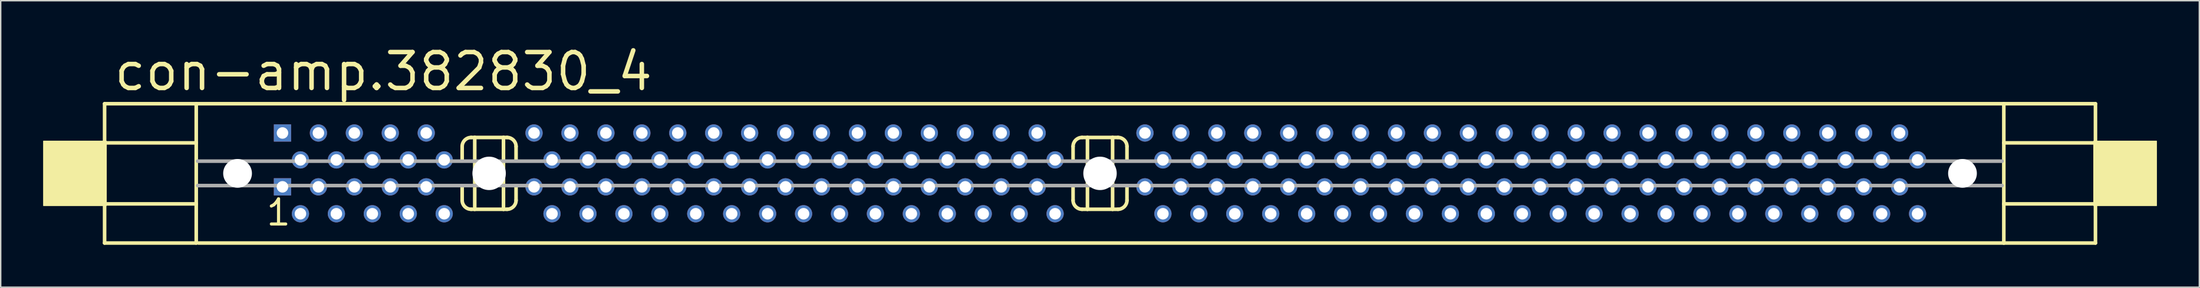
<source format=kicad_pcb>
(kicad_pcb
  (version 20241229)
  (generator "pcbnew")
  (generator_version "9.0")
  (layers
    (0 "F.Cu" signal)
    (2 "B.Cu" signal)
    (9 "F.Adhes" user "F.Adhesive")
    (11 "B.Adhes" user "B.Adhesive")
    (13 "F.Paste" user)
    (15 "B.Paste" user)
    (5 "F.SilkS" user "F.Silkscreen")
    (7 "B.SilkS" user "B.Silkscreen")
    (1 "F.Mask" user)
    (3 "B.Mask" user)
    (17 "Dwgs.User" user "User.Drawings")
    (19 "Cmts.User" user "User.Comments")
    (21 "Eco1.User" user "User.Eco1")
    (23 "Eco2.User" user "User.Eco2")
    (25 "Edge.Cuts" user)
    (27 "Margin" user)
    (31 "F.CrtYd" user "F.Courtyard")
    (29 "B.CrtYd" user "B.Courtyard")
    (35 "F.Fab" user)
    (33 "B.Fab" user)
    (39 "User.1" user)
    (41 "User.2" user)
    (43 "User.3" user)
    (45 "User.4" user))
  (footprint "con-amp.382830_4"
    (layer "F.Cu")
    (at 74.701 9.215)
    (property "Reference" "con-amp.382830_4" (at -69.85 -5.715 0) (layer "F.SilkS") (effects (font (size 2.54 2.54) (thickness 0.32)) (justify left bottom)))
    (attr through_hole)
    (fp_line (start -70.358 -4.928) (end -63.881 -4.928) (stroke (width 0.254) (type default)) (layer "F.SilkS"))
    (fp_line (start -70.358 -2.311) (end -70.358 -4.928) (stroke (width 0.254) (type default)) (layer "F.SilkS"))
    (fp_line (start -70.358 2.286) (end -70.358 4.928) (stroke (width 0.254) (type default)) (layer "F.SilkS"))
    (fp_line (start -70.358 4.928) (end -63.881 4.928) (stroke (width 0.254) (type default)) (layer "F.SilkS"))
    (fp_line (start -70.333 -2.159) (end -63.881 -2.159) (stroke (width 0.254) (type default)) (layer "F.SilkS"))
    (fp_line (start -63.881 -4.928) (end -63.881 -2.159) (stroke (width 0.254) (type default)) (layer "F.SilkS"))
    (fp_line (start -63.881 -4.928) (end 63.881 -4.928) (stroke (width 0.254) (type default)) (layer "F.SilkS"))
    (fp_line (start -63.881 -2.159) (end -63.881 2.159) (stroke (width 0.254) (type default)) (layer "F.SilkS"))
    (fp_line (start -63.881 2.159) (end -70.333 2.159) (stroke (width 0.254) (type default)) (layer "F.SilkS"))
    (fp_line (start -63.881 4.928) (end -63.881 2.159) (stroke (width 0.254) (type default)) (layer "F.SilkS"))
    (fp_line (start -45.085 -1.905) (end -45.085 -0.889) (stroke (width 0.254) (type default)) (layer "F.SilkS"))
    (fp_line (start -45.085 0.889) (end -45.085 1.905) (stroke (width 0.254) (type default)) (layer "F.SilkS"))
    (fp_line (start -44.45 2.54) (end -44.196 2.54) (stroke (width 0.254) (type default)) (layer "F.SilkS"))
    (fp_line (start -44.196 -2.54) (end -44.45 -2.54) (stroke (width 0.254) (type default)) (layer "F.SilkS"))
    (fp_line (start -44.196 2.54) (end -44.196 -2.54) (stroke (width 0.254) (type default)) (layer "F.SilkS"))
    (fp_line (start -44.196 2.54) (end -42.164 2.54) (stroke (width 0.254) (type default)) (layer "F.SilkS"))
    (fp_line (start -42.164 -2.54) (end -44.196 -2.54) (stroke (width 0.254) (type default)) (layer "F.SilkS"))
    (fp_line (start -42.164 2.54) (end -42.164 -2.54) (stroke (width 0.254) (type default)) (layer "F.SilkS"))
    (fp_line (start -42.164 2.54) (end -41.91 2.54) (stroke (width 0.254) (type default)) (layer "F.SilkS"))
    (fp_line (start -41.91 -2.54) (end -42.164 -2.54) (stroke (width 0.254) (type default)) (layer "F.SilkS"))
    (fp_line (start -41.275 -0.889) (end -41.275 -1.905) (stroke (width 0.254) (type default)) (layer "F.SilkS"))
    (fp_line (start -41.275 1.905) (end -41.275 0.889) (stroke (width 0.254) (type default)) (layer "F.SilkS"))
    (fp_line (start -1.905 -1.905) (end -1.905 -0.889) (stroke (width 0.254) (type default)) (layer "F.SilkS"))
    (fp_line (start -1.905 0.889) (end -1.905 1.905) (stroke (width 0.254) (type default)) (layer "F.SilkS"))
    (fp_line (start -1.27 2.54) (end -0.889 2.54) (stroke (width 0.254) (type default)) (layer "F.SilkS"))
    (fp_line (start -0.889 -2.54) (end -1.27 -2.54) (stroke (width 0.254) (type default)) (layer "F.SilkS"))
    (fp_line (start -0.889 2.54) (end -0.889 -2.54) (stroke (width 0.254) (type default)) (layer "F.SilkS"))
    (fp_line (start -0.889 2.54) (end 0.889 2.54) (stroke (width 0.254) (type default)) (layer "F.SilkS"))
    (fp_line (start 0.889 -2.54) (end -0.889 -2.54) (stroke (width 0.254) (type default)) (layer "F.SilkS"))
    (fp_line (start 0.889 2.54) (end 0.889 -2.54) (stroke (width 0.254) (type default)) (layer "F.SilkS"))
    (fp_line (start 0.889 2.54) (end 1.27 2.54) (stroke (width 0.254) (type default)) (layer "F.SilkS"))
    (fp_line (start 1.27 -2.54) (end 0.889 -2.54) (stroke (width 0.254) (type default)) (layer "F.SilkS"))
    (fp_line (start 1.905 -0.889) (end 1.905 -1.905) (stroke (width 0.254) (type default)) (layer "F.SilkS"))
    (fp_line (start 1.905 1.905) (end 1.905 0.889) (stroke (width 0.254) (type default)) (layer "F.SilkS"))
    (fp_line (start 63.881 -4.928) (end 63.881 -2.159) (stroke (width 0.254) (type default)) (layer "F.SilkS"))
    (fp_line (start 63.881 -2.159) (end 63.881 2.159) (stroke (width 0.254) (type default)) (layer "F.SilkS"))
    (fp_line (start 63.881 2.159) (end 63.881 4.928) (stroke (width 0.254) (type default)) (layer "F.SilkS"))
    (fp_line (start 63.881 4.928) (end -63.729 4.928) (stroke (width 0.254) (type default)) (layer "F.SilkS"))
    (fp_line (start 63.881 4.928) (end 70.358 4.928) (stroke (width 0.254) (type default)) (layer "F.SilkS"))
    (fp_line (start 70.358 -4.928) (end 63.881 -4.928) (stroke (width 0.254) (type default)) (layer "F.SilkS"))
    (fp_line (start 70.358 -2.159) (end 63.881 -2.159) (stroke (width 0.254) (type default)) (layer "F.SilkS"))
    (fp_line (start 70.358 -2.159) (end 70.358 -4.928) (stroke (width 0.254) (type default)) (layer "F.SilkS"))
    (fp_line (start 70.358 2.159) (end 63.881 2.159) (stroke (width 0.254) (type default)) (layer "F.SilkS"))
    (fp_line (start 70.358 4.928) (end 70.358 2.159) (stroke (width 0.254) (type default)) (layer "F.SilkS"))
    (fp_rect (start -74.676 2.286) (end -70.231 -2.286) (stroke (width 0.05) (type default)) (fill yes) (layer "F.SilkS"))
    (fp_rect (start 70.231 2.286) (end 74.676 -2.286) (stroke (width 0.05) (type default)) (fill yes) (layer "F.SilkS"))
    (fp_arc (start -45.085 -1.905) (mid -44.899013 -2.354013) (end -44.45 -2.54) (stroke (width 0.254) (type default)) (layer "F.SilkS"))
    (fp_arc (start -44.45 2.54) (mid -44.899013 2.354013) (end -45.085 1.905) (stroke (width 0.254) (type default)) (layer "F.SilkS"))
    (fp_arc (start -41.91 -2.54) (mid -41.460987 -2.354013) (end -41.275 -1.905) (stroke (width 0.254) (type default)) (layer "F.SilkS"))
    (fp_arc (start -41.275 1.905) (mid -41.460987 2.354013) (end -41.91 2.54) (stroke (width 0.254) (type default)) (layer "F.SilkS"))
    (fp_arc (start -1.905 -1.905) (mid -1.719013 -2.354013) (end -1.27 -2.54) (stroke (width 0.254) (type default)) (layer "F.SilkS"))
    (fp_arc (start -1.27 2.54) (mid -1.719013 2.354013) (end -1.905 1.905) (stroke (width 0.254) (type default)) (layer "F.SilkS"))
    (fp_arc (start 1.27 -2.54) (mid 1.719013 -2.354013) (end 1.905 -1.905) (stroke (width 0.254) (type default)) (layer "F.SilkS"))
    (fp_arc (start 1.905 1.905) (mid 1.719013 2.354013) (end 1.27 2.54) (stroke (width 0.254) (type default)) (layer "F.SilkS"))
    (fp_line (start -63.779 -0.864) (end 63.754 -0.864) (stroke (width 0.254) (type default)) (layer "F.Fab"))
    (fp_line (start -63.779 0.864) (end 63.754 0.864) (stroke (width 0.254) (type default)) (layer "F.Fab"))
    (fp_text user "1" (at -59.055 3.81 0) (layer "F.SilkS") (effects (font (size 1.778 1.778) (thickness 0.22)) (justify left bottom)))
    (pad "" np_thru_hole circle (at -60.96 0) (size 2.032 2.032) (drill 2.032) (layers "*.Cu" "*.Mask"))
    (pad "" np_thru_hole circle (at -43.18 0) (size 2.362 2.362) (drill 2.362) (layers "*.Cu" "*.Mask"))
    (pad "" np_thru_hole circle (at 0 0) (size 2.362 2.362) (drill 2.362) (layers "*.Cu" "*.Mask"))
    (pad "" np_thru_hole circle (at 60.96 0) (size 2.032 2.032) (drill 2.032) (layers "*.Cu" "*.Mask"))
    (pad "1" thru_hole rect (at -57.785 0.953) (size 1.219 1.219) (drill 0.813) (layers "*.Cu" "*.Mask"))
    (pad "2" thru_hole circle (at -56.515 2.857) (size 1.219 1.219) (drill 0.813) (layers "*.Cu" "*.Mask"))
    (pad "3" thru_hole circle (at -55.245 0.953) (size 1.219 1.219) (drill 0.813) (layers "*.Cu" "*.Mask"))
    (pad "4" thru_hole circle (at -53.975 2.857) (size 1.219 1.219) (drill 0.813) (layers "*.Cu" "*.Mask"))
    (pad "5" thru_hole circle (at -52.705 0.953) (size 1.219 1.219) (drill 0.813) (layers "*.Cu" "*.Mask"))
    (pad "6" thru_hole circle (at -51.435 2.857) (size 1.219 1.219) (drill 0.813) (layers "*.Cu" "*.Mask"))
    (pad "7" thru_hole circle (at -50.165 0.953) (size 1.219 1.219) (drill 0.813) (layers "*.Cu" "*.Mask"))
    (pad "8" thru_hole circle (at -48.895 2.857) (size 1.219 1.219) (drill 0.813) (layers "*.Cu" "*.Mask"))
    (pad "9" thru_hole circle (at -47.625 0.953) (size 1.219 1.219) (drill 0.813) (layers "*.Cu" "*.Mask"))
    (pad "10" thru_hole circle (at -46.355 2.857) (size 1.219 1.219) (drill 0.813) (layers "*.Cu" "*.Mask"))
    (pad "11" thru_hole circle (at -40.005 0.953) (size 1.219 1.219) (drill 0.813) (layers "*.Cu" "*.Mask"))
    (pad "12" thru_hole circle (at -38.735 2.857) (size 1.219 1.219) (drill 0.813) (layers "*.Cu" "*.Mask"))
    (pad "13" thru_hole circle (at -37.465 0.953) (size 1.219 1.219) (drill 0.813) (layers "*.Cu" "*.Mask"))
    (pad "14" thru_hole circle (at -36.195 2.857) (size 1.219 1.219) (drill 0.813) (layers "*.Cu" "*.Mask"))
    (pad "15" thru_hole circle (at -34.925 0.953) (size 1.219 1.219) (drill 0.813) (layers "*.Cu" "*.Mask"))
    (pad "16" thru_hole circle (at -33.655 2.857) (size 1.219 1.219) (drill 0.813) (layers "*.Cu" "*.Mask"))
    (pad "17" thru_hole circle (at -32.385 0.953) (size 1.219 1.219) (drill 0.813) (layers "*.Cu" "*.Mask"))
    (pad "18" thru_hole circle (at -31.115 2.857) (size 1.219 1.219) (drill 0.813) (layers "*.Cu" "*.Mask"))
    (pad "19" thru_hole circle (at -29.845 0.953) (size 1.219 1.219) (drill 0.813) (layers "*.Cu" "*.Mask"))
    (pad "20" thru_hole circle (at -28.575 2.857) (size 1.219 1.219) (drill 0.813) (layers "*.Cu" "*.Mask"))
    (pad "21" thru_hole circle (at -27.305 0.953) (size 1.219 1.219) (drill 0.813) (layers "*.Cu" "*.Mask"))
    (pad "22" thru_hole circle (at -26.035 2.857) (size 1.219 1.219) (drill 0.813) (layers "*.Cu" "*.Mask"))
    (pad "23" thru_hole circle (at -24.765 0.953) (size 1.219 1.219) (drill 0.813) (layers "*.Cu" "*.Mask"))
    (pad "24" thru_hole circle (at -23.495 2.857) (size 1.219 1.219) (drill 0.813) (layers "*.Cu" "*.Mask"))
    (pad "25" thru_hole circle (at -22.225 0.953) (size 1.219 1.219) (drill 0.813) (layers "*.Cu" "*.Mask"))
    (pad "26" thru_hole circle (at -20.955 2.857) (size 1.219 1.219) (drill 0.813) (layers "*.Cu" "*.Mask"))
    (pad "27" thru_hole circle (at -19.685 0.953) (size 1.219 1.219) (drill 0.813) (layers "*.Cu" "*.Mask"))
    (pad "28" thru_hole circle (at -18.415 2.857) (size 1.219 1.219) (drill 0.813) (layers "*.Cu" "*.Mask"))
    (pad "29" thru_hole circle (at -17.145 0.953) (size 1.219 1.219) (drill 0.813) (layers "*.Cu" "*.Mask"))
    (pad "30" thru_hole circle (at -15.875 2.857) (size 1.219 1.219) (drill 0.813) (layers "*.Cu" "*.Mask"))
    (pad "31" thru_hole circle (at -14.605 0.953) (size 1.219 1.219) (drill 0.813) (layers "*.Cu" "*.Mask"))
    (pad "32" thru_hole circle (at -13.335 2.857) (size 1.219 1.219) (drill 0.813) (layers "*.Cu" "*.Mask"))
    (pad "33" thru_hole circle (at -12.065 0.953) (size 1.219 1.219) (drill 0.813) (layers "*.Cu" "*.Mask"))
    (pad "34" thru_hole circle (at -10.795 2.857) (size 1.219 1.219) (drill 0.813) (layers "*.Cu" "*.Mask"))
    (pad "35" thru_hole circle (at -9.525 0.953) (size 1.219 1.219) (drill 0.813) (layers "*.Cu" "*.Mask"))
    (pad "36" thru_hole circle (at -8.255 2.857) (size 1.219 1.219) (drill 0.813) (layers "*.Cu" "*.Mask"))
    (pad "37" thru_hole circle (at -6.985 0.953) (size 1.219 1.219) (drill 0.813) (layers "*.Cu" "*.Mask"))
    (pad "38" thru_hole circle (at -5.715 2.857) (size 1.219 1.219) (drill 0.813) (layers "*.Cu" "*.Mask"))
    (pad "39" thru_hole circle (at -4.445 0.953) (size 1.219 1.219) (drill 0.813) (layers "*.Cu" "*.Mask"))
    (pad "40" thru_hole circle (at -3.175 2.857) (size 1.219 1.219) (drill 0.813) (layers "*.Cu" "*.Mask"))
    (pad "41" thru_hole circle (at 3.175 0.953) (size 1.219 1.219) (drill 0.813) (layers "*.Cu" "*.Mask"))
    (pad "42" thru_hole circle (at 4.445 2.857) (size 1.219 1.219) (drill 0.813) (layers "*.Cu" "*.Mask"))
    (pad "43" thru_hole circle (at 5.715 0.953) (size 1.219 1.219) (drill 0.813) (layers "*.Cu" "*.Mask"))
    (pad "44" thru_hole circle (at 6.985 2.857) (size 1.219 1.219) (drill 0.813) (layers "*.Cu" "*.Mask"))
    (pad "45" thru_hole circle (at 8.255 0.953) (size 1.219 1.219) (drill 0.813) (layers "*.Cu" "*.Mask"))
    (pad "46" thru_hole circle (at 9.525 2.857) (size 1.219 1.219) (drill 0.813) (layers "*.Cu" "*.Mask"))
    (pad "47" thru_hole circle (at 10.795 0.953) (size 1.219 1.219) (drill 0.813) (layers "*.Cu" "*.Mask"))
    (pad "48" thru_hole circle (at 12.065 2.857) (size 1.219 1.219) (drill 0.813) (layers "*.Cu" "*.Mask"))
    (pad "49" thru_hole circle (at 13.335 0.953) (size 1.219 1.219) (drill 0.813) (layers "*.Cu" "*.Mask"))
    (pad "50" thru_hole circle (at 14.605 2.857) (size 1.219 1.219) (drill 0.813) (layers "*.Cu" "*.Mask"))
    (pad "51" thru_hole circle (at 15.875 0.953) (size 1.219 1.219) (drill 0.813) (layers "*.Cu" "*.Mask"))
    (pad "52" thru_hole circle (at 17.145 2.857) (size 1.219 1.219) (drill 0.813) (layers "*.Cu" "*.Mask"))
    (pad "53" thru_hole circle (at 18.415 0.953) (size 1.219 1.219) (drill 0.813) (layers "*.Cu" "*.Mask"))
    (pad "54" thru_hole circle (at 19.685 2.857) (size 1.219 1.219) (drill 0.813) (layers "*.Cu" "*.Mask"))
    (pad "55" thru_hole circle (at 20.955 0.953) (size 1.219 1.219) (drill 0.813) (layers "*.Cu" "*.Mask"))
    (pad "56" thru_hole circle (at 22.225 2.857) (size 1.219 1.219) (drill 0.813) (layers "*.Cu" "*.Mask"))
    (pad "57" thru_hole circle (at 23.495 0.953) (size 1.219 1.219) (drill 0.813) (layers "*.Cu" "*.Mask"))
    (pad "58" thru_hole circle (at 24.765 2.857) (size 1.219 1.219) (drill 0.813) (layers "*.Cu" "*.Mask"))
    (pad "59" thru_hole circle (at 26.035 0.953) (size 1.219 1.219) (drill 0.813) (layers "*.Cu" "*.Mask"))
    (pad "60" thru_hole circle (at 27.305 2.857) (size 1.219 1.219) (drill 0.813) (layers "*.Cu" "*.Mask"))
    (pad "61" thru_hole circle (at 28.575 0.953) (size 1.219 1.219) (drill 0.813) (layers "*.Cu" "*.Mask"))
    (pad "62" thru_hole circle (at 29.845 2.857) (size 1.219 1.219) (drill 0.813) (layers "*.Cu" "*.Mask"))
    (pad "63" thru_hole circle (at 31.115 0.953) (size 1.219 1.219) (drill 0.813) (layers "*.Cu" "*.Mask"))
    (pad "64" thru_hole circle (at 32.385 2.857) (size 1.219 1.219) (drill 0.813) (layers "*.Cu" "*.Mask"))
    (pad "65" thru_hole circle (at 33.655 0.953) (size 1.219 1.219) (drill 0.813) (layers "*.Cu" "*.Mask"))
    (pad "66" thru_hole circle (at 34.925 2.857) (size 1.219 1.219) (drill 0.813) (layers "*.Cu" "*.Mask"))
    (pad "67" thru_hole circle (at 36.195 0.953) (size 1.219 1.219) (drill 0.813) (layers "*.Cu" "*.Mask"))
    (pad "68" thru_hole circle (at 37.465 2.857) (size 1.219 1.219) (drill 0.813) (layers "*.Cu" "*.Mask"))
    (pad "69" thru_hole circle (at 38.735 0.953) (size 1.219 1.219) (drill 0.813) (layers "*.Cu" "*.Mask"))
    (pad "70" thru_hole circle (at 40.005 2.857) (size 1.219 1.219) (drill 0.813) (layers "*.Cu" "*.Mask"))
    (pad "71" thru_hole circle (at 41.275 0.953) (size 1.219 1.219) (drill 0.813) (layers "*.Cu" "*.Mask"))
    (pad "72" thru_hole circle (at 42.545 2.857) (size 1.219 1.219) (drill 0.813) (layers "*.Cu" "*.Mask"))
    (pad "73" thru_hole circle (at 43.815 0.953) (size 1.219 1.219) (drill 0.813) (layers "*.Cu" "*.Mask"))
    (pad "74" thru_hole circle (at 45.085 2.857) (size 1.219 1.219) (drill 0.813) (layers "*.Cu" "*.Mask"))
    (pad "75" thru_hole circle (at 46.355 0.953) (size 1.219 1.219) (drill 0.813) (layers "*.Cu" "*.Mask"))
    (pad "76" thru_hole circle (at 47.625 2.857) (size 1.219 1.219) (drill 0.813) (layers "*.Cu" "*.Mask"))
    (pad "77" thru_hole circle (at 48.895 0.953) (size 1.219 1.219) (drill 0.813) (layers "*.Cu" "*.Mask"))
    (pad "78" thru_hole circle (at 50.165 2.857) (size 1.219 1.219) (drill 0.813) (layers "*.Cu" "*.Mask"))
    (pad "79" thru_hole circle (at 51.435 0.953) (size 1.219 1.219) (drill 0.813) (layers "*.Cu" "*.Mask"))
    (pad "80" thru_hole circle (at 52.705 2.857) (size 1.219 1.219) (drill 0.813) (layers "*.Cu" "*.Mask"))
    (pad "81" thru_hole circle (at 53.975 0.953) (size 1.219 1.219) (drill 0.813) (layers "*.Cu" "*.Mask"))
    (pad "82" thru_hole circle (at 55.245 2.857) (size 1.219 1.219) (drill 0.813) (layers "*.Cu" "*.Mask"))
    (pad "83" thru_hole circle (at 56.515 0.953) (size 1.219 1.219) (drill 0.813) (layers "*.Cu" "*.Mask"))
    (pad "84" thru_hole circle (at 57.785 2.857) (size 1.219 1.219) (drill 0.813) (layers "*.Cu" "*.Mask"))
    (pad "85" thru_hole rect (at -57.785 -2.857) (size 1.219 1.219) (drill 0.813) (layers "*.Cu" "*.Mask"))
    (pad "86" thru_hole circle (at -56.515 -0.953) (size 1.219 1.219) (drill 0.813) (layers "*.Cu" "*.Mask"))
    (pad "87" thru_hole circle (at -55.245 -2.857) (size 1.219 1.219) (drill 0.813) (layers "*.Cu" "*.Mask"))
    (pad "88" thru_hole circle (at -53.975 -0.953) (size 1.219 1.219) (drill 0.813) (layers "*.Cu" "*.Mask"))
    (pad "89" thru_hole circle (at -52.705 -2.857) (size 1.219 1.219) (drill 0.813) (layers "*.Cu" "*.Mask"))
    (pad "90" thru_hole circle (at -51.435 -0.953) (size 1.219 1.219) (drill 0.813) (layers "*.Cu" "*.Mask"))
    (pad "91" thru_hole circle (at -50.165 -2.857) (size 1.219 1.219) (drill 0.813) (layers "*.Cu" "*.Mask"))
    (pad "92" thru_hole circle (at -48.895 -0.953) (size 1.219 1.219) (drill 0.813) (layers "*.Cu" "*.Mask"))
    (pad "93" thru_hole circle (at -47.625 -2.857) (size 1.219 1.219) (drill 0.813) (layers "*.Cu" "*.Mask"))
    (pad "94" thru_hole circle (at -46.355 -0.953) (size 1.219 1.219) (drill 0.813) (layers "*.Cu" "*.Mask"))
    (pad "95" thru_hole circle (at -40.005 -2.857) (size 1.219 1.219) (drill 0.813) (layers "*.Cu" "*.Mask"))
    (pad "96" thru_hole circle (at -38.735 -0.953) (size 1.219 1.219) (drill 0.813) (layers "*.Cu" "*.Mask"))
    (pad "97" thru_hole circle (at -37.465 -2.857) (size 1.219 1.219) (drill 0.813) (layers "*.Cu" "*.Mask"))
    (pad "98" thru_hole circle (at -36.195 -0.953) (size 1.219 1.219) (drill 0.813) (layers "*.Cu" "*.Mask"))
    (pad "99" thru_hole circle (at -34.925 -2.857) (size 1.219 1.219) (drill 0.813) (layers "*.Cu" "*.Mask"))
    (pad "100" thru_hole circle (at -33.655 -0.953) (size 1.219 1.219) (drill 0.813) (layers "*.Cu" "*.Mask"))
    (pad "101" thru_hole circle (at -32.385 -2.857) (size 1.219 1.219) (drill 0.813) (layers "*.Cu" "*.Mask"))
    (pad "102" thru_hole circle (at -31.115 -0.953) (size 1.219 1.219) (drill 0.813) (layers "*.Cu" "*.Mask"))
    (pad "103" thru_hole circle (at -29.845 -2.857) (size 1.219 1.219) (drill 0.813) (layers "*.Cu" "*.Mask"))
    (pad "104" thru_hole circle (at -28.575 -0.953) (size 1.219 1.219) (drill 0.813) (layers "*.Cu" "*.Mask"))
    (pad "105" thru_hole circle (at -27.305 -2.857) (size 1.219 1.219) (drill 0.813) (layers "*.Cu" "*.Mask"))
    (pad "106" thru_hole circle (at -26.035 -0.953) (size 1.219 1.219) (drill 0.813) (layers "*.Cu" "*.Mask"))
    (pad "107" thru_hole circle (at -24.765 -2.857) (size 1.219 1.219) (drill 0.813) (layers "*.Cu" "*.Mask"))
    (pad "108" thru_hole circle (at -23.495 -0.953) (size 1.219 1.219) (drill 0.813) (layers "*.Cu" "*.Mask"))
    (pad "109" thru_hole circle (at -22.225 -2.857) (size 1.219 1.219) (drill 0.813) (layers "*.Cu" "*.Mask"))
    (pad "110" thru_hole circle (at -20.955 -0.953) (size 1.219 1.219) (drill 0.813) (layers "*.Cu" "*.Mask"))
    (pad "111" thru_hole circle (at -19.685 -2.857) (size 1.219 1.219) (drill 0.813) (layers "*.Cu" "*.Mask"))
    (pad "112" thru_hole circle (at -18.415 -0.953) (size 1.219 1.219) (drill 0.813) (layers "*.Cu" "*.Mask"))
    (pad "113" thru_hole circle (at -17.145 -2.857) (size 1.219 1.219) (drill 0.813) (layers "*.Cu" "*.Mask"))
    (pad "114" thru_hole circle (at -15.875 -0.953) (size 1.219 1.219) (drill 0.813) (layers "*.Cu" "*.Mask"))
    (pad "115" thru_hole circle (at -14.605 -2.857) (size 1.219 1.219) (drill 0.813) (layers "*.Cu" "*.Mask"))
    (pad "116" thru_hole circle (at -13.335 -0.953) (size 1.219 1.219) (drill 0.813) (layers "*.Cu" "*.Mask"))
    (pad "117" thru_hole circle (at -12.065 -2.857) (size 1.219 1.219) (drill 0.813) (layers "*.Cu" "*.Mask"))
    (pad "118" thru_hole circle (at -10.795 -0.953) (size 1.219 1.219) (drill 0.813) (layers "*.Cu" "*.Mask"))
    (pad "119" thru_hole circle (at -9.525 -2.857) (size 1.219 1.219) (drill 0.813) (layers "*.Cu" "*.Mask"))
    (pad "120" thru_hole circle (at -8.255 -0.953) (size 1.219 1.219) (drill 0.813) (layers "*.Cu" "*.Mask"))
    (pad "121" thru_hole circle (at -6.985 -2.857) (size 1.219 1.219) (drill 0.813) (layers "*.Cu" "*.Mask"))
    (pad "122" thru_hole circle (at -5.715 -0.953) (size 1.219 1.219) (drill 0.813) (layers "*.Cu" "*.Mask"))
    (pad "123" thru_hole circle (at -4.445 -2.857) (size 1.219 1.219) (drill 0.813) (layers "*.Cu" "*.Mask"))
    (pad "124" thru_hole circle (at -3.175 -0.953) (size 1.219 1.219) (drill 0.813) (layers "*.Cu" "*.Mask"))
    (pad "125" thru_hole circle (at 3.175 -2.857) (size 1.219 1.219) (drill 0.813) (layers "*.Cu" "*.Mask"))
    (pad "126" thru_hole circle (at 4.445 -0.953) (size 1.219 1.219) (drill 0.813) (layers "*.Cu" "*.Mask"))
    (pad "127" thru_hole circle (at 5.715 -2.857) (size 1.219 1.219) (drill 0.813) (layers "*.Cu" "*.Mask"))
    (pad "128" thru_hole circle (at 6.985 -0.953) (size 1.219 1.219) (drill 0.813) (layers "*.Cu" "*.Mask"))
    (pad "129" thru_hole circle (at 8.255 -2.857) (size 1.219 1.219) (drill 0.813) (layers "*.Cu" "*.Mask"))
    (pad "130" thru_hole circle (at 9.525 -0.953) (size 1.219 1.219) (drill 0.813) (layers "*.Cu" "*.Mask"))
    (pad "131" thru_hole circle (at 10.795 -2.857) (size 1.219 1.219) (drill 0.813) (layers "*.Cu" "*.Mask"))
    (pad "132" thru_hole circle (at 12.065 -0.953) (size 1.219 1.219) (drill 0.813) (layers "*.Cu" "*.Mask"))
    (pad "133" thru_hole circle (at 13.335 -2.857) (size 1.219 1.219) (drill 0.813) (layers "*.Cu" "*.Mask"))
    (pad "134" thru_hole circle (at 14.605 -0.953) (size 1.219 1.219) (drill 0.813) (layers "*.Cu" "*.Mask"))
    (pad "135" thru_hole circle (at 15.875 -2.857) (size 1.219 1.219) (drill 0.813) (layers "*.Cu" "*.Mask"))
    (pad "136" thru_hole circle (at 17.145 -0.953) (size 1.219 1.219) (drill 0.813) (layers "*.Cu" "*.Mask"))
    (pad "137" thru_hole circle (at 18.415 -2.857) (size 1.219 1.219) (drill 0.813) (layers "*.Cu" "*.Mask"))
    (pad "138" thru_hole circle (at 19.685 -0.953) (size 1.219 1.219) (drill 0.813) (layers "*.Cu" "*.Mask"))
    (pad "139" thru_hole circle (at 20.955 -2.857) (size 1.219 1.219) (drill 0.813) (layers "*.Cu" "*.Mask"))
    (pad "140" thru_hole circle (at 22.225 -0.953) (size 1.219 1.219) (drill 0.813) (layers "*.Cu" "*.Mask"))
    (pad "141" thru_hole circle (at 23.495 -2.857) (size 1.219 1.219) (drill 0.813) (layers "*.Cu" "*.Mask"))
    (pad "142" thru_hole circle (at 24.765 -0.953) (size 1.219 1.219) (drill 0.813) (layers "*.Cu" "*.Mask"))
    (pad "143" thru_hole circle (at 26.035 -2.857) (size 1.219 1.219) (drill 0.813) (layers "*.Cu" "*.Mask"))
    (pad "144" thru_hole circle (at 27.305 -0.953) (size 1.219 1.219) (drill 0.813) (layers "*.Cu" "*.Mask"))
    (pad "145" thru_hole circle (at 28.575 -2.857) (size 1.219 1.219) (drill 0.813) (layers "*.Cu" "*.Mask"))
    (pad "146" thru_hole circle (at 29.845 -0.953) (size 1.219 1.219) (drill 0.813) (layers "*.Cu" "*.Mask"))
    (pad "147" thru_hole circle (at 31.115 -2.857) (size 1.219 1.219) (drill 0.813) (layers "*.Cu" "*.Mask"))
    (pad "148" thru_hole circle (at 32.385 -0.953) (size 1.219 1.219) (drill 0.813) (layers "*.Cu" "*.Mask"))
    (pad "149" thru_hole circle (at 33.655 -2.857) (size 1.219 1.219) (drill 0.813) (layers "*.Cu" "*.Mask"))
    (pad "150" thru_hole circle (at 34.925 -0.953) (size 1.219 1.219) (drill 0.813) (layers "*.Cu" "*.Mask"))
    (pad "151" thru_hole circle (at 36.195 -2.857) (size 1.219 1.219) (drill 0.813) (layers "*.Cu" "*.Mask"))
    (pad "152" thru_hole circle (at 37.465 -0.953) (size 1.219 1.219) (drill 0.813) (layers "*.Cu" "*.Mask"))
    (pad "153" thru_hole circle (at 38.735 -2.857) (size 1.219 1.219) (drill 0.813) (layers "*.Cu" "*.Mask"))
    (pad "154" thru_hole circle (at 40.005 -0.953) (size 1.219 1.219) (drill 0.813) (layers "*.Cu" "*.Mask"))
    (pad "155" thru_hole circle (at 41.275 -2.857) (size 1.219 1.219) (drill 0.813) (layers "*.Cu" "*.Mask"))
    (pad "156" thru_hole circle (at 42.545 -0.953) (size 1.219 1.219) (drill 0.813) (layers "*.Cu" "*.Mask"))
    (pad "157" thru_hole circle (at 43.815 -2.857) (size 1.219 1.219) (drill 0.813) (layers "*.Cu" "*.Mask"))
    (pad "158" thru_hole circle (at 45.085 -0.953) (size 1.219 1.219) (drill 0.813) (layers "*.Cu" "*.Mask"))
    (pad "159" thru_hole circle (at 46.355 -2.857) (size 1.219 1.219) (drill 0.813) (layers "*.Cu" "*.Mask"))
    (pad "160" thru_hole circle (at 47.625 -0.953) (size 1.219 1.219) (drill 0.813) (layers "*.Cu" "*.Mask"))
    (pad "161" thru_hole circle (at 48.895 -2.857) (size 1.219 1.219) (drill 0.813) (layers "*.Cu" "*.Mask"))
    (pad "162" thru_hole circle (at 50.165 -0.953) (size 1.219 1.219) (drill 0.813) (layers "*.Cu" "*.Mask"))
    (pad "163" thru_hole circle (at 51.435 -2.857) (size 1.219 1.219) (drill 0.813) (layers "*.Cu" "*.Mask"))
    (pad "164" thru_hole circle (at 52.705 -0.953) (size 1.219 1.219) (drill 0.813) (layers "*.Cu" "*.Mask"))
    (pad "165" thru_hole circle (at 53.975 -2.857) (size 1.219 1.219) (drill 0.813) (layers "*.Cu" "*.Mask"))
    (pad "166" thru_hole circle (at 55.245 -0.953) (size 1.219 1.219) (drill 0.813) (layers "*.Cu" "*.Mask"))
    (pad "167" thru_hole circle (at 56.515 -2.857) (size 1.219 1.219) (drill 0.813) (layers "*.Cu" "*.Mask"))
    (pad "168" thru_hole circle (at 57.785 -0.953) (size 1.219 1.219) (drill 0.813) (layers "*.Cu" "*.Mask")))
  (gr_rect
    (start -3 -3)
    (end 152.402 17.27)
    (stroke (width 0.1) (type default))
    (fill no)
    (layer "Edge.Cuts")))
</source>
